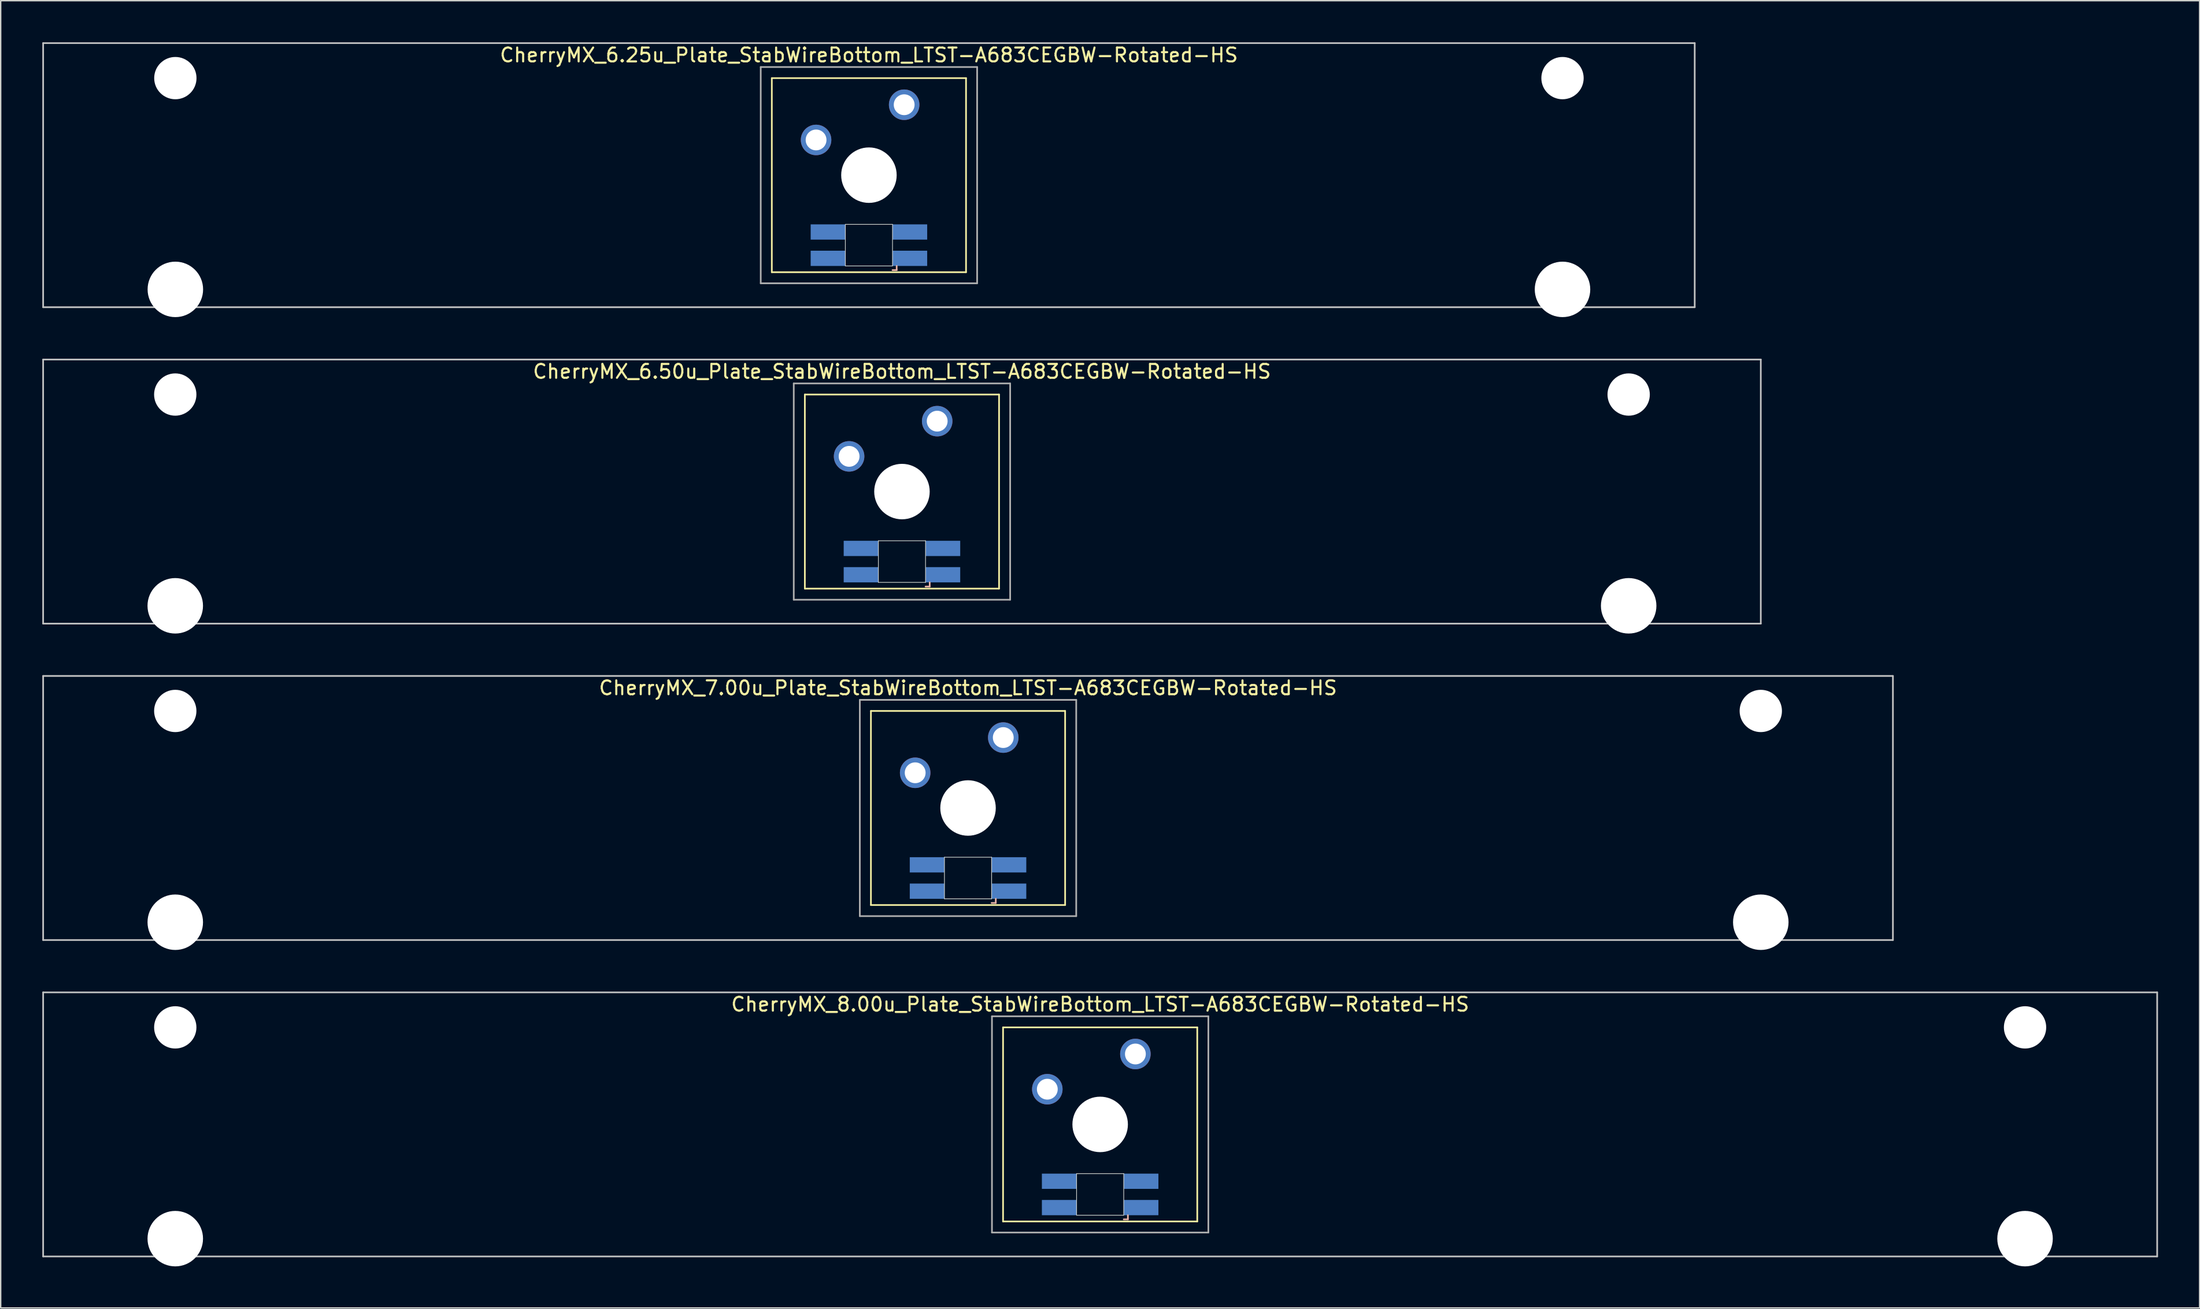
<source format=kicad_pcb>
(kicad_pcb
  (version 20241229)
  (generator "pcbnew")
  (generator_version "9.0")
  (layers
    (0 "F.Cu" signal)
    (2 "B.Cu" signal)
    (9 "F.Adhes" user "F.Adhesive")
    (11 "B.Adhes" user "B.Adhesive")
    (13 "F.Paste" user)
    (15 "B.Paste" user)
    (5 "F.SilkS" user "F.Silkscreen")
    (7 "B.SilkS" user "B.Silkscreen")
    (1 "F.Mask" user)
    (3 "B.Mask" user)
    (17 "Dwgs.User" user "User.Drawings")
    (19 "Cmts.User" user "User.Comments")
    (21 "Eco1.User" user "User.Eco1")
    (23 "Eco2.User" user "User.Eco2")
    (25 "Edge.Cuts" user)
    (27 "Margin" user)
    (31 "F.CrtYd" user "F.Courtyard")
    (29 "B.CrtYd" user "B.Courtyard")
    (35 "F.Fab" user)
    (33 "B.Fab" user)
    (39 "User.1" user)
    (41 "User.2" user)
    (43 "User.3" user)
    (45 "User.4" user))
  (footprint "CherryMX_6.50u_Plate_StabWireBottom_LTST-A683CEGBW-Rotated-HS"
    (layer "F.Cu")
    (at 61.972 32.41)
    (property "Reference" "CherryMX_6.50u_Plate_StabWireBottom_LTST-A683CEGBW-Rotated-HS" (at 0 -8.662 0) (layer "F.SilkS") (effects (font (size 1 1) (thickness 0.15))))
    (attr through_hole)
    (fp_line (start -7 -7) (end -7 7) (stroke (width 0.12) (type solid)) (layer "F.SilkS"))
    (fp_line (start -7 -7) (end 7 -7) (stroke (width 0.12) (type solid)) (layer "F.SilkS"))
    (fp_line (start 7 -7) (end 7 7) (stroke (width 0.12) (type solid)) (layer "F.SilkS"))
    (fp_line (start 7 7) (end -7 7) (stroke (width 0.12) (type solid)) (layer "F.SilkS"))
    (fp_line (start 1.7 6.85) (end 2 6.85) (stroke (width 0.12) (type solid)) (layer "B.SilkS"))
    (fp_line (start 2 6.85) (end 2 6.55) (stroke (width 0.12) (type solid)) (layer "B.SilkS"))
    (fp_line (start -61.913 -9.525) (end 61.913 -9.525) (stroke (width 0.12) (type solid)) (layer "Dwgs.User"))
    (fp_line (start -61.913 9.525) (end -61.913 -9.525) (stroke (width 0.12) (type solid)) (layer "Dwgs.User"))
    (fp_line (start 61.913 -9.525) (end 61.913 9.525) (stroke (width 0.12) (type solid)) (layer "Dwgs.User"))
    (fp_line (start 61.913 9.525) (end -61.913 9.525) (stroke (width 0.12) (type solid)) (layer "Dwgs.User"))
    (fp_line (start -1.7 3.55) (end 1.7 3.55) (stroke (width 0.05) (type solid)) (layer "Edge.Cuts"))
    (fp_line (start -1.7 6.55) (end -1.7 3.55) (stroke (width 0.05) (type solid)) (layer "Edge.Cuts"))
    (fp_line (start 1.7 3.55) (end 1.7 6.55) (stroke (width 0.05) (type solid)) (layer "Edge.Cuts"))
    (fp_line (start 1.7 6.55) (end -1.7 6.55) (stroke (width 0.05) (type solid)) (layer "Edge.Cuts"))
    (fp_line (start -7.8 -7.8) (end -7.8 7.8) (stroke (width 0.12) (type solid)) (layer "F.Fab"))
    (fp_line (start -7.8 -7.8) (end 7.8 -7.8) (stroke (width 0.12) (type solid)) (layer "F.Fab"))
    (fp_line (start -7.8 7.8) (end 7.8 7.8) (stroke (width 0.12) (type solid)) (layer "F.Fab"))
    (fp_line (start 7.8 -7.8) (end 7.8 7.8) (stroke (width 0.12) (type solid)) (layer "F.Fab"))
    (pad "" np_thru_hole circle (at -52.388 -7) (size 3.05 3.05) (drill 3.05) (layers "*.Cu" "*.Mask"))
    (pad "" np_thru_hole circle (at -52.388 8.24) (size 4 4) (drill 4) (layers "*.Cu" "*.Mask"))
    (pad "" np_thru_hole circle (at 0 0) (size 4 4) (drill 4) (layers "*.Cu" "*.Mask"))
    (pad "" np_thru_hole circle (at 52.388 -7) (size 3.05 3.05) (drill 3.05) (layers "*.Cu" "*.Mask"))
    (pad "" np_thru_hole circle (at 52.388 8.24) (size 4 4) (drill 4) (layers "*.Cu" "*.Mask"))
    (pad "1" thru_hole circle (at -3.81 -2.54) (size 2.2 2.2) (drill 1.5) (layers "*.Cu" "*.Mask"))
    (pad "2" thru_hole circle (at 2.54 -5.08) (size 2.2 2.2) (drill 1.5) (layers "*.Cu" "*.Mask"))
    (pad "3" smd rect (at 2.95 6) (size 2.5 1.1) (layers "B.Cu" "B.Mask" "B.Paste"))
    (pad "4" smd rect (at 2.95 4.1) (size 2.5 1.1) (layers "B.Cu" "B.Mask" "B.Paste"))
    (pad "5" smd rect (at -2.95 6) (size 2.5 1.1) (layers "B.Cu" "B.Mask" "B.Paste"))
    (pad "6" smd rect (at -2.95 4.1) (size 2.5 1.1) (layers "B.Cu" "B.Mask" "B.Paste")))
  (footprint "CherryMX_6.25u_Plate_StabWireBottom_LTST-A683CEGBW-Rotated-HS"
    (layer "F.Cu")
    (at 59.591 9.585)
    (property "Reference" "CherryMX_6.25u_Plate_StabWireBottom_LTST-A683CEGBW-Rotated-HS" (at 0 -8.662 0) (layer "F.SilkS") (effects (font (size 1 1) (thickness 0.15))))
    (attr through_hole)
    (fp_line (start -7 -7) (end -7 7) (stroke (width 0.12) (type solid)) (layer "F.SilkS"))
    (fp_line (start -7 -7) (end 7 -7) (stroke (width 0.12) (type solid)) (layer "F.SilkS"))
    (fp_line (start 7 -7) (end 7 7) (stroke (width 0.12) (type solid)) (layer "F.SilkS"))
    (fp_line (start 7 7) (end -7 7) (stroke (width 0.12) (type solid)) (layer "F.SilkS"))
    (fp_line (start 1.7 6.85) (end 2 6.85) (stroke (width 0.12) (type solid)) (layer "B.SilkS"))
    (fp_line (start 2 6.85) (end 2 6.55) (stroke (width 0.12) (type solid)) (layer "B.SilkS"))
    (fp_line (start -59.531 -9.525) (end 59.531 -9.525) (stroke (width 0.12) (type solid)) (layer "Dwgs.User"))
    (fp_line (start -59.531 9.525) (end -59.531 -9.525) (stroke (width 0.12) (type solid)) (layer "Dwgs.User"))
    (fp_line (start 59.531 -9.525) (end 59.531 9.525) (stroke (width 0.12) (type solid)) (layer "Dwgs.User"))
    (fp_line (start 59.531 9.525) (end -59.531 9.525) (stroke (width 0.12) (type solid)) (layer "Dwgs.User"))
    (fp_line (start -1.7 3.55) (end 1.7 3.55) (stroke (width 0.05) (type solid)) (layer "Edge.Cuts"))
    (fp_line (start -1.7 6.55) (end -1.7 3.55) (stroke (width 0.05) (type solid)) (layer "Edge.Cuts"))
    (fp_line (start 1.7 3.55) (end 1.7 6.55) (stroke (width 0.05) (type solid)) (layer "Edge.Cuts"))
    (fp_line (start 1.7 6.55) (end -1.7 6.55) (stroke (width 0.05) (type solid)) (layer "Edge.Cuts"))
    (fp_line (start -7.8 -7.8) (end -7.8 7.8) (stroke (width 0.12) (type solid)) (layer "F.Fab"))
    (fp_line (start -7.8 -7.8) (end 7.8 -7.8) (stroke (width 0.12) (type solid)) (layer "F.Fab"))
    (fp_line (start -7.8 7.8) (end 7.8 7.8) (stroke (width 0.12) (type solid)) (layer "F.Fab"))
    (fp_line (start 7.8 -7.8) (end 7.8 7.8) (stroke (width 0.12) (type solid)) (layer "F.Fab"))
    (pad "" np_thru_hole circle (at -50 -7) (size 3.05 3.05) (drill 3.05) (layers "*.Cu" "*.Mask"))
    (pad "" np_thru_hole circle (at -50 8.24) (size 4 4) (drill 4) (layers "*.Cu" "*.Mask"))
    (pad "" np_thru_hole circle (at 0 0) (size 4 4) (drill 4) (layers "*.Cu" "*.Mask"))
    (pad "" np_thru_hole circle (at 50 -7) (size 3.05 3.05) (drill 3.05) (layers "*.Cu" "*.Mask"))
    (pad "" np_thru_hole circle (at 50 8.24) (size 4 4) (drill 4) (layers "*.Cu" "*.Mask"))
    (pad "1" thru_hole circle (at -3.81 -2.54) (size 2.2 2.2) (drill 1.5) (layers "*.Cu" "*.Mask"))
    (pad "2" thru_hole circle (at 2.54 -5.08) (size 2.2 2.2) (drill 1.5) (layers "*.Cu" "*.Mask"))
    (pad "3" smd rect (at 2.95 6) (size 2.5 1.1) (layers "B.Cu" "B.Mask" "B.Paste"))
    (pad "4" smd rect (at 2.95 4.1) (size 2.5 1.1) (layers "B.Cu" "B.Mask" "B.Paste"))
    (pad "5" smd rect (at -2.95 6) (size 2.5 1.1) (layers "B.Cu" "B.Mask" "B.Paste"))
    (pad "6" smd rect (at -2.95 4.1) (size 2.5 1.1) (layers "B.Cu" "B.Mask" "B.Paste")))
  (footprint "CherryMX_7.00u_Plate_StabWireBottom_LTST-A683CEGBW-Rotated-HS"
    (layer "F.Cu")
    (at 66.735 55.235)
    (property "Reference" "CherryMX_7.00u_Plate_StabWireBottom_LTST-A683CEGBW-Rotated-HS" (at 0 -8.662 0) (layer "F.SilkS") (effects (font (size 1 1) (thickness 0.15))))
    (attr through_hole)
    (fp_line (start -7 -7) (end -7 7) (stroke (width 0.12) (type solid)) (layer "F.SilkS"))
    (fp_line (start -7 -7) (end 7 -7) (stroke (width 0.12) (type solid)) (layer "F.SilkS"))
    (fp_line (start 7 -7) (end 7 7) (stroke (width 0.12) (type solid)) (layer "F.SilkS"))
    (fp_line (start 7 7) (end -7 7) (stroke (width 0.12) (type solid)) (layer "F.SilkS"))
    (fp_line (start 1.7 6.85) (end 2 6.85) (stroke (width 0.12) (type solid)) (layer "B.SilkS"))
    (fp_line (start 2 6.85) (end 2 6.55) (stroke (width 0.12) (type solid)) (layer "B.SilkS"))
    (fp_line (start -66.675 -9.525) (end 66.675 -9.525) (stroke (width 0.12) (type solid)) (layer "Dwgs.User"))
    (fp_line (start -66.675 9.525) (end -66.675 -9.525) (stroke (width 0.12) (type solid)) (layer "Dwgs.User"))
    (fp_line (start 66.675 -9.525) (end 66.675 9.525) (stroke (width 0.12) (type solid)) (layer "Dwgs.User"))
    (fp_line (start 66.675 9.525) (end -66.675 9.525) (stroke (width 0.12) (type solid)) (layer "Dwgs.User"))
    (fp_line (start -1.7 3.55) (end 1.7 3.55) (stroke (width 0.05) (type solid)) (layer "Edge.Cuts"))
    (fp_line (start -1.7 6.55) (end -1.7 3.55) (stroke (width 0.05) (type solid)) (layer "Edge.Cuts"))
    (fp_line (start 1.7 3.55) (end 1.7 6.55) (stroke (width 0.05) (type solid)) (layer "Edge.Cuts"))
    (fp_line (start 1.7 6.55) (end -1.7 6.55) (stroke (width 0.05) (type solid)) (layer "Edge.Cuts"))
    (fp_line (start -7.8 -7.8) (end -7.8 7.8) (stroke (width 0.12) (type solid)) (layer "F.Fab"))
    (fp_line (start -7.8 -7.8) (end 7.8 -7.8) (stroke (width 0.12) (type solid)) (layer "F.Fab"))
    (fp_line (start -7.8 7.8) (end 7.8 7.8) (stroke (width 0.12) (type solid)) (layer "F.Fab"))
    (fp_line (start 7.8 -7.8) (end 7.8 7.8) (stroke (width 0.12) (type solid)) (layer "F.Fab"))
    (pad "" np_thru_hole circle (at -57.15 -7) (size 3.05 3.05) (drill 3.05) (layers "*.Cu" "*.Mask"))
    (pad "" np_thru_hole circle (at -57.15 8.24) (size 4 4) (drill 4) (layers "*.Cu" "*.Mask"))
    (pad "" np_thru_hole circle (at 0 0) (size 4 4) (drill 4) (layers "*.Cu" "*.Mask"))
    (pad "" np_thru_hole circle (at 57.15 -7) (size 3.05 3.05) (drill 3.05) (layers "*.Cu" "*.Mask"))
    (pad "" np_thru_hole circle (at 57.15 8.24) (size 4 4) (drill 4) (layers "*.Cu" "*.Mask"))
    (pad "1" thru_hole circle (at -3.81 -2.54) (size 2.2 2.2) (drill 1.5) (layers "*.Cu" "*.Mask"))
    (pad "2" thru_hole circle (at 2.54 -5.08) (size 2.2 2.2) (drill 1.5) (layers "*.Cu" "*.Mask"))
    (pad "3" smd rect (at 2.95 6) (size 2.5 1.1) (layers "B.Cu" "B.Mask" "B.Paste"))
    (pad "4" smd rect (at 2.95 4.1) (size 2.5 1.1) (layers "B.Cu" "B.Mask" "B.Paste"))
    (pad "5" smd rect (at -2.95 6) (size 2.5 1.1) (layers "B.Cu" "B.Mask" "B.Paste"))
    (pad "6" smd rect (at -2.95 4.1) (size 2.5 1.1) (layers "B.Cu" "B.Mask" "B.Paste")))
  (footprint "CherryMX_8.00u_Plate_StabWireBottom_LTST-A683CEGBW-Rotated-HS"
    (layer "F.Cu")
    (at 76.26 78.06)
    (property "Reference" "CherryMX_8.00u_Plate_StabWireBottom_LTST-A683CEGBW-Rotated-HS" (at 0 -8.662 0) (layer "F.SilkS") (effects (font (size 1 1) (thickness 0.15))))
    (attr through_hole)
    (fp_line (start -7 -7) (end -7 7) (stroke (width 0.12) (type solid)) (layer "F.SilkS"))
    (fp_line (start -7 -7) (end 7 -7) (stroke (width 0.12) (type solid)) (layer "F.SilkS"))
    (fp_line (start 7 -7) (end 7 7) (stroke (width 0.12) (type solid)) (layer "F.SilkS"))
    (fp_line (start 7 7) (end -7 7) (stroke (width 0.12) (type solid)) (layer "F.SilkS"))
    (fp_line (start 1.7 6.85) (end 2 6.85) (stroke (width 0.12) (type solid)) (layer "B.SilkS"))
    (fp_line (start 2 6.85) (end 2 6.55) (stroke (width 0.12) (type solid)) (layer "B.SilkS"))
    (fp_line (start -76.2 -9.525) (end 76.2 -9.525) (stroke (width 0.12) (type solid)) (layer "Dwgs.User"))
    (fp_line (start -76.2 9.525) (end -76.2 -9.525) (stroke (width 0.12) (type solid)) (layer "Dwgs.User"))
    (fp_line (start 76.2 -9.525) (end 76.2 9.525) (stroke (width 0.12) (type solid)) (layer "Dwgs.User"))
    (fp_line (start 76.2 9.525) (end -76.2 9.525) (stroke (width 0.12) (type solid)) (layer "Dwgs.User"))
    (fp_line (start -1.7 3.55) (end 1.7 3.55) (stroke (width 0.05) (type solid)) (layer "Edge.Cuts"))
    (fp_line (start -1.7 6.55) (end -1.7 3.55) (stroke (width 0.05) (type solid)) (layer "Edge.Cuts"))
    (fp_line (start 1.7 3.55) (end 1.7 6.55) (stroke (width 0.05) (type solid)) (layer "Edge.Cuts"))
    (fp_line (start 1.7 6.55) (end -1.7 6.55) (stroke (width 0.05) (type solid)) (layer "Edge.Cuts"))
    (fp_line (start -7.8 -7.8) (end -7.8 7.8) (stroke (width 0.12) (type solid)) (layer "F.Fab"))
    (fp_line (start -7.8 -7.8) (end 7.8 -7.8) (stroke (width 0.12) (type solid)) (layer "F.Fab"))
    (fp_line (start -7.8 7.8) (end 7.8 7.8) (stroke (width 0.12) (type solid)) (layer "F.Fab"))
    (fp_line (start 7.8 -7.8) (end 7.8 7.8) (stroke (width 0.12) (type solid)) (layer "F.Fab"))
    (pad "" np_thru_hole circle (at -66.675 -7) (size 3.05 3.05) (drill 3.05) (layers "*.Cu" "*.Mask"))
    (pad "" np_thru_hole circle (at -66.675 8.24) (size 4 4) (drill 4) (layers "*.Cu" "*.Mask"))
    (pad "" np_thru_hole circle (at 0 0) (size 4 4) (drill 4) (layers "*.Cu" "*.Mask"))
    (pad "" np_thru_hole circle (at 66.675 -7) (size 3.05 3.05) (drill 3.05) (layers "*.Cu" "*.Mask"))
    (pad "" np_thru_hole circle (at 66.675 8.24) (size 4 4) (drill 4) (layers "*.Cu" "*.Mask"))
    (pad "1" thru_hole circle (at -3.81 -2.54) (size 2.2 2.2) (drill 1.5) (layers "*.Cu" "*.Mask"))
    (pad "2" thru_hole circle (at 2.54 -5.08) (size 2.2 2.2) (drill 1.5) (layers "*.Cu" "*.Mask"))
    (pad "3" smd rect (at 2.95 6) (size 2.5 1.1) (layers "B.Cu" "B.Mask" "B.Paste"))
    (pad "4" smd rect (at 2.95 4.1) (size 2.5 1.1) (layers "B.Cu" "B.Mask" "B.Paste"))
    (pad "5" smd rect (at -2.95 6) (size 2.5 1.1) (layers "B.Cu" "B.Mask" "B.Paste"))
    (pad "6" smd rect (at -2.95 4.1) (size 2.5 1.1) (layers "B.Cu" "B.Mask" "B.Paste")))
  (gr_rect
    (start -3 -3)
    (end 155.52 91.3)
    (stroke (width 0.1) (type default))
    (fill no)
    (layer "Edge.Cuts")))
</source>
